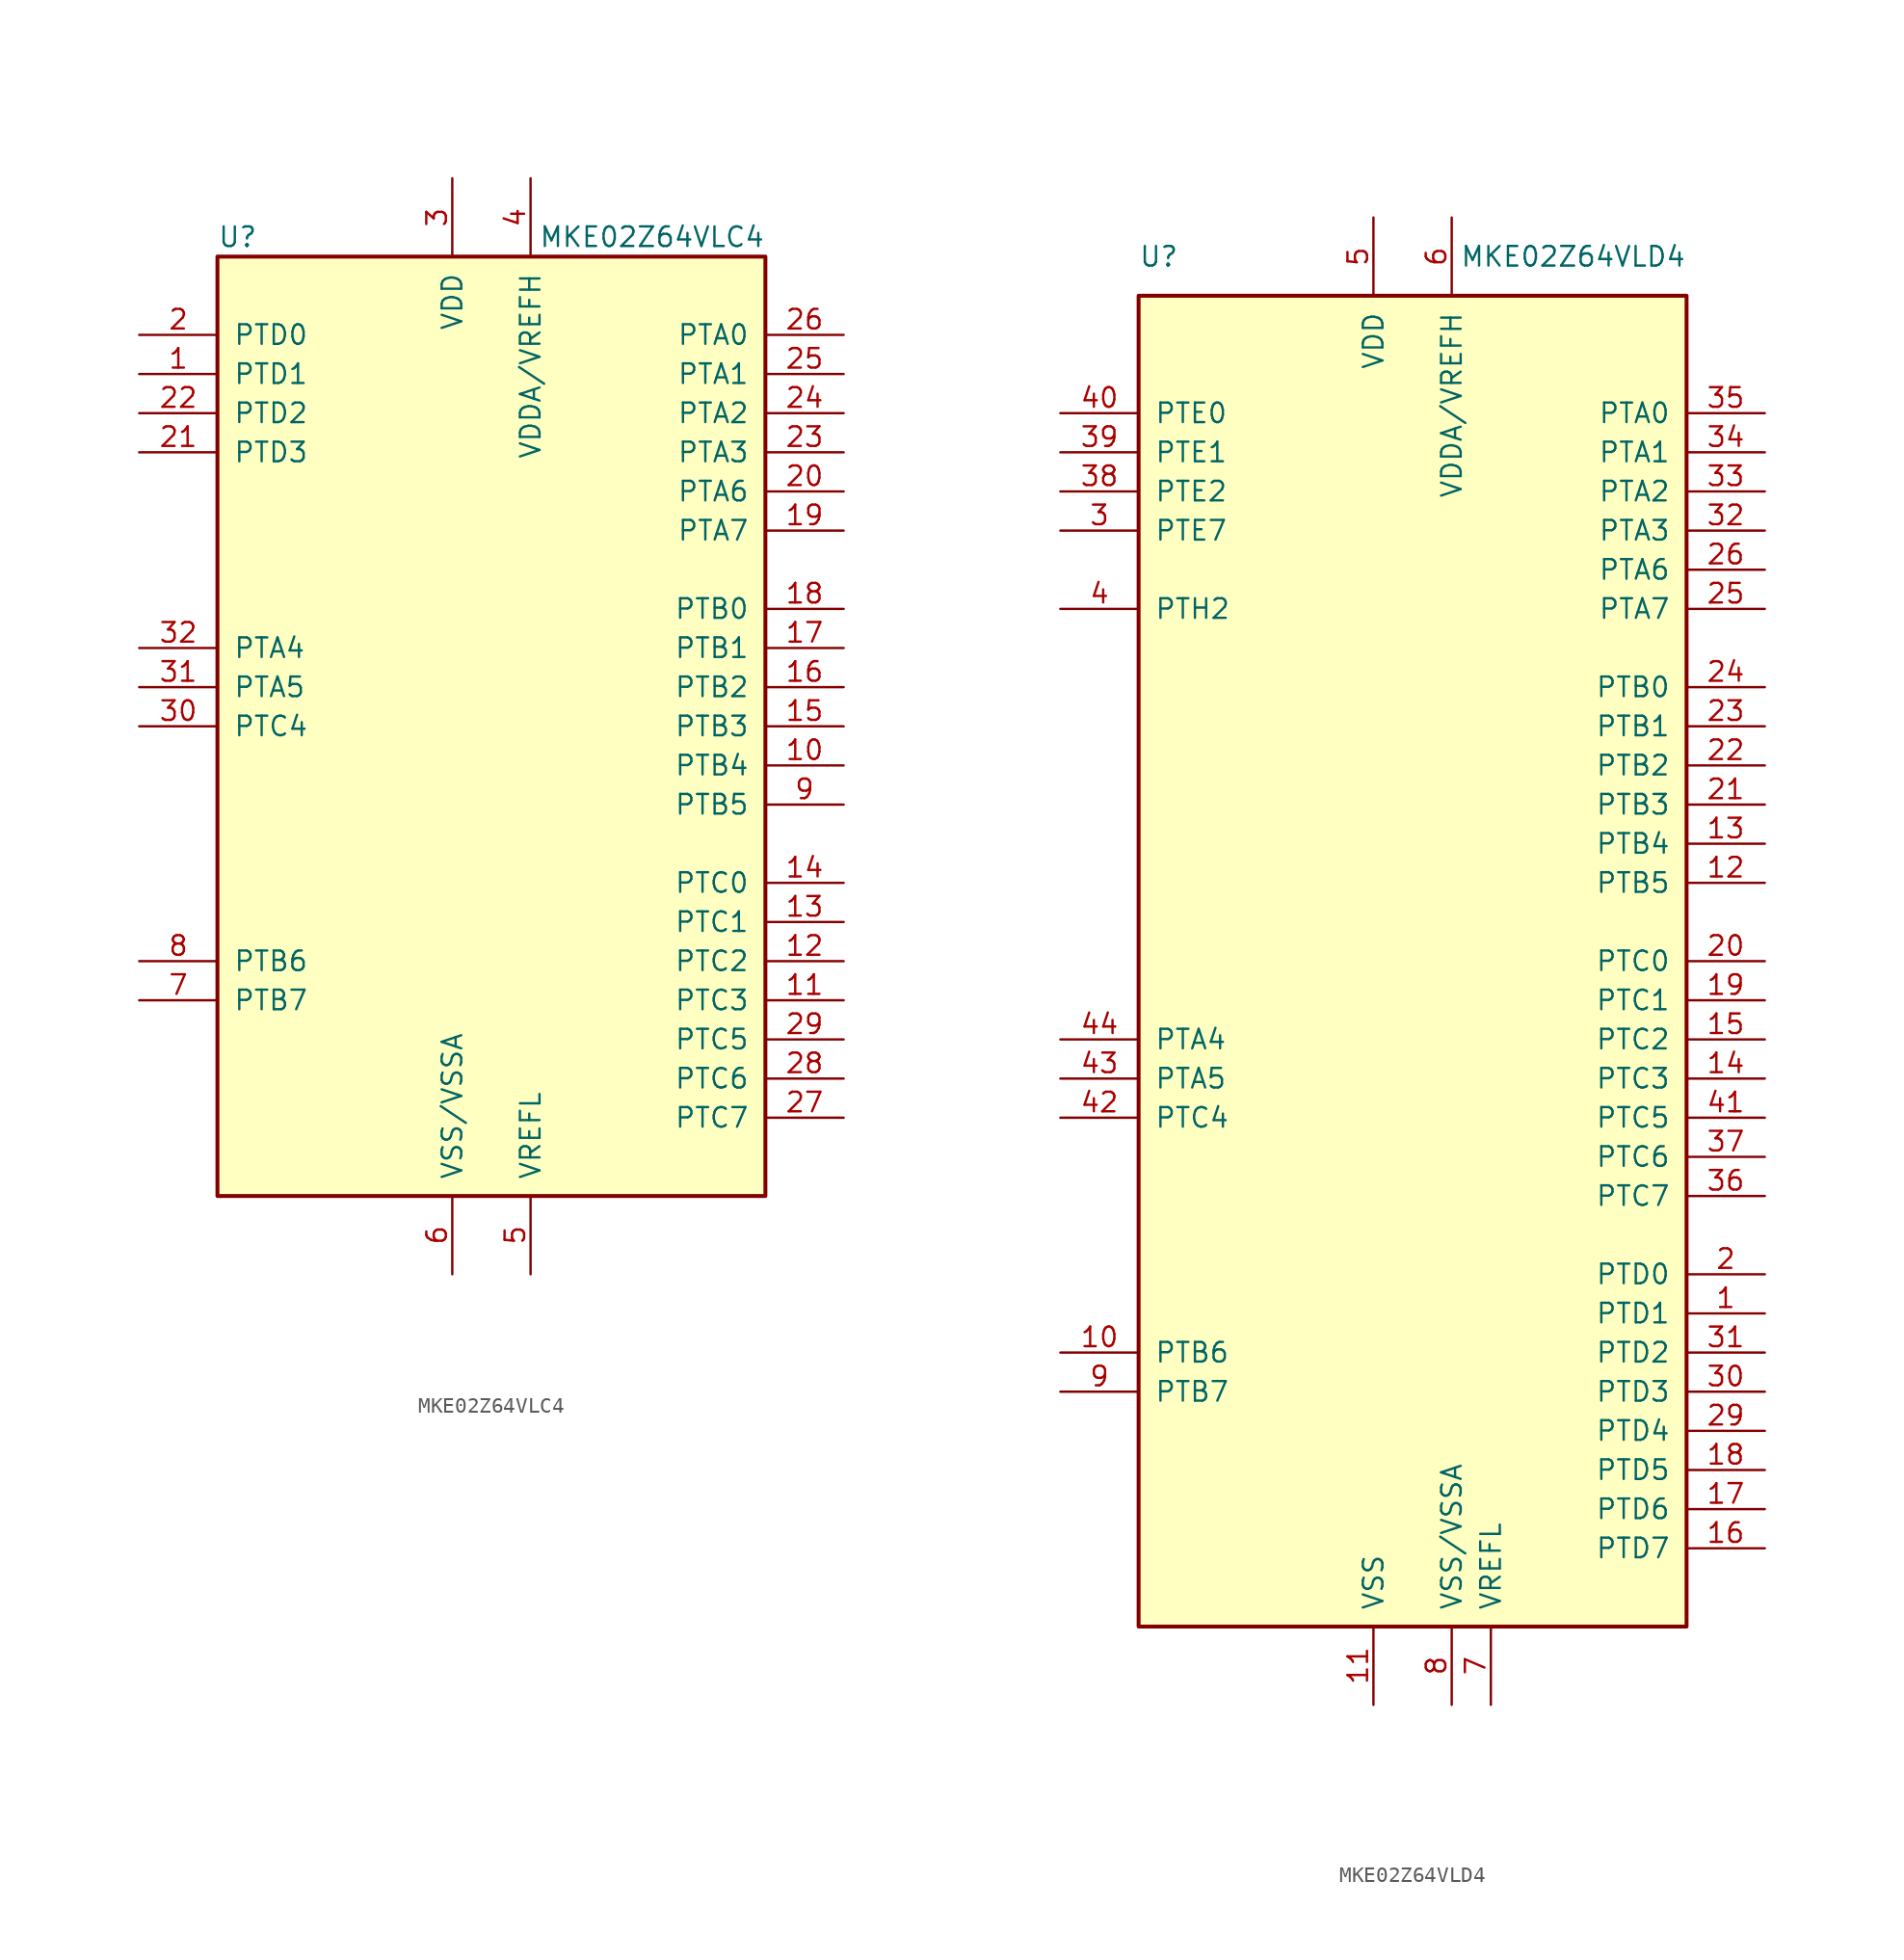
<source format=kicad_sym>
(kicad_symbol_lib
  (version 20241209)
  (generator "kicad_symbol_editor")
  (generator_version "9.0")
  (symbol "MKE02Z64VLC4"
    (pin_names
      (offset 1.016))
    (property "Reference" "U"
      (at -17.78 31.75 0)
      (effects (font (size 1.27 1.27)) (justify left)))
    (property "Value" "MKE02Z64VLC4"
      (at 17.78 31.75 0)
      (effects (font (size 1.27 1.27)) (justify right)))
    (symbol "MKE02Z64VLC4_0_1"
      (rectangle (start -17.78 30.48) (end 17.78 -30.48) (stroke (width 0.254) (type default)) (fill (type background))))
    (symbol "MKE02Z64VLC4_1_1"
      (pin bidirectional line (at -22.86 25.4 0) (length 5.08) (name "PTD0" (effects (font (size 1.27 1.27)))) (number "2" (effects (font (size 1.27 1.27)))))
      (pin bidirectional line (at -22.86 22.86 0) (length 5.08) (name "PTD1" (effects (font (size 1.27 1.27)))) (number "1" (effects (font (size 1.27 1.27)))))
      (pin bidirectional line (at -22.86 20.32 0) (length 5.08) (name "PTD2" (effects (font (size 1.27 1.27)))) (number "22" (effects (font (size 1.27 1.27)))))
      (pin bidirectional line (at -22.86 17.78 0) (length 5.08) (name "PTD3" (effects (font (size 1.27 1.27)))) (number "21" (effects (font (size 1.27 1.27)))))
      (pin bidirectional line (at -22.86 5.08 0) (length 5.08) (name "PTA4" (effects (font (size 1.27 1.27)))) (number "32" (effects (font (size 1.27 1.27)))))
      (pin bidirectional line (at -22.86 2.54 0) (length 5.08) (name "PTA5" (effects (font (size 1.27 1.27)))) (number "31" (effects (font (size 1.27 1.27)))))
      (pin bidirectional line (at -22.86 0 0) (length 5.08) (name "PTC4" (effects (font (size 1.27 1.27)))) (number "30" (effects (font (size 1.27 1.27)))))
      (pin bidirectional line (at -22.86 -15.24 0) (length 5.08) (name "PTB6" (effects (font (size 1.27 1.27)))) (number "8" (effects (font (size 1.27 1.27)))))
      (pin bidirectional line (at -22.86 -17.78 0) (length 5.08) (name "PTB7" (effects (font (size 1.27 1.27)))) (number "7" (effects (font (size 1.27 1.27)))))
      (pin power_in line (at -2.54 35.56 270) (length 5.08) (name "VDD" (effects (font (size 1.27 1.27)))) (number "3" (effects (font (size 1.27 1.27)))))
      (pin power_in line (at -2.54 -35.56 90) (length 5.08) (name "VSS/VSSA" (effects (font (size 1.27 1.27)))) (number "6" (effects (font (size 1.27 1.27)))))
      (pin power_in line (at 2.54 35.56 270) (length 5.08) (name "VDDA/VREFH" (effects (font (size 1.27 1.27)))) (number "4" (effects (font (size 1.27 1.27)))))
      (pin power_in line (at 2.54 -35.56 90) (length 5.08) (name "VREFL" (effects (font (size 1.27 1.27)))) (number "5" (effects (font (size 1.27 1.27)))))
      (pin bidirectional line (at 22.86 25.4 180) (length 5.08) (name "PTA0" (effects (font (size 1.27 1.27)))) (number "26" (effects (font (size 1.27 1.27)))))
      (pin bidirectional line (at 22.86 22.86 180) (length 5.08) (name "PTA1" (effects (font (size 1.27 1.27)))) (number "25" (effects (font (size 1.27 1.27)))))
      (pin bidirectional line (at 22.86 20.32 180) (length 5.08) (name "PTA2" (effects (font (size 1.27 1.27)))) (number "24" (effects (font (size 1.27 1.27)))))
      (pin bidirectional line (at 22.86 17.78 180) (length 5.08) (name "PTA3" (effects (font (size 1.27 1.27)))) (number "23" (effects (font (size 1.27 1.27)))))
      (pin bidirectional line (at 22.86 15.24 180) (length 5.08) (name "PTA6" (effects (font (size 1.27 1.27)))) (number "20" (effects (font (size 1.27 1.27)))))
      (pin bidirectional line (at 22.86 12.7 180) (length 5.08) (name "PTA7" (effects (font (size 1.27 1.27)))) (number "19" (effects (font (size 1.27 1.27)))))
      (pin bidirectional line (at 22.86 7.62 180) (length 5.08) (name "PTB0" (effects (font (size 1.27 1.27)))) (number "18" (effects (font (size 1.27 1.27)))))
      (pin bidirectional line (at 22.86 5.08 180) (length 5.08) (name "PTB1" (effects (font (size 1.27 1.27)))) (number "17" (effects (font (size 1.27 1.27)))))
      (pin bidirectional line (at 22.86 2.54 180) (length 5.08) (name "PTB2" (effects (font (size 1.27 1.27)))) (number "16" (effects (font (size 1.27 1.27)))))
      (pin bidirectional line (at 22.86 0 180) (length 5.08) (name "PTB3" (effects (font (size 1.27 1.27)))) (number "15" (effects (font (size 1.27 1.27)))))
      (pin bidirectional line (at 22.86 -2.54 180) (length 5.08) (name "PTB4" (effects (font (size 1.27 1.27)))) (number "10" (effects (font (size 1.27 1.27)))))
      (pin bidirectional line (at 22.86 -5.08 180) (length 5.08) (name "PTB5" (effects (font (size 1.27 1.27)))) (number "9" (effects (font (size 1.27 1.27)))))
      (pin bidirectional line (at 22.86 -10.16 180) (length 5.08) (name "PTC0" (effects (font (size 1.27 1.27)))) (number "14" (effects (font (size 1.27 1.27)))))
      (pin bidirectional line (at 22.86 -12.7 180) (length 5.08) (name "PTC1" (effects (font (size 1.27 1.27)))) (number "13" (effects (font (size 1.27 1.27)))))
      (pin bidirectional line (at 22.86 -15.24 180) (length 5.08) (name "PTC2" (effects (font (size 1.27 1.27)))) (number "12" (effects (font (size 1.27 1.27)))))
      (pin bidirectional line (at 22.86 -17.78 180) (length 5.08) (name "PTC3" (effects (font (size 1.27 1.27)))) (number "11" (effects (font (size 1.27 1.27)))))
      (pin bidirectional line (at 22.86 -20.32 180) (length 5.08) (name "PTC5" (effects (font (size 1.27 1.27)))) (number "29" (effects (font (size 1.27 1.27)))))
      (pin bidirectional line (at 22.86 -22.86 180) (length 5.08) (name "PTC6" (effects (font (size 1.27 1.27)))) (number "28" (effects (font (size 1.27 1.27)))))
      (pin bidirectional line (at 22.86 -25.4 180) (length 5.08) (name "PTC7" (effects (font (size 1.27 1.27)))) (number "27" (effects (font (size 1.27 1.27)))))))
  (symbol "MKE02Z64VLD4"
    (pin_names
      (offset 1.016))
    (property "Reference" "U"
      (at -17.78 45.72 0)
      (effects (font (size 1.27 1.27)) (justify left)))
    (property "Value" "MKE02Z64VLD4"
      (at 17.78 45.72 0)
      (effects (font (size 1.27 1.27)) (justify right)))
    (symbol "MKE02Z64VLD4_0_1"
      (rectangle (start -17.78 43.18) (end 17.78 -43.18) (stroke (width 0.254) (type default)) (fill (type background))))
    (symbol "MKE02Z64VLD4_1_1"
      (pin bidirectional line (at -22.86 35.56 0) (length 5.08) (name "PTE0" (effects (font (size 1.27 1.27)))) (number "40" (effects (font (size 1.27 1.27)))))
      (pin bidirectional line (at -22.86 33.02 0) (length 5.08) (name "PTE1" (effects (font (size 1.27 1.27)))) (number "39" (effects (font (size 1.27 1.27)))))
      (pin bidirectional line (at -22.86 30.48 0) (length 5.08) (name "PTE2" (effects (font (size 1.27 1.27)))) (number "38" (effects (font (size 1.27 1.27)))))
      (pin bidirectional line (at -22.86 27.94 0) (length 5.08) (name "PTE7" (effects (font (size 1.27 1.27)))) (number "3" (effects (font (size 1.27 1.27)))))
      (pin bidirectional line (at -22.86 22.86 0) (length 5.08) (name "PTH2" (effects (font (size 1.27 1.27)))) (number "4" (effects (font (size 1.27 1.27)))))
      (pin bidirectional line (at -22.86 -5.08 0) (length 5.08) (name "PTA4" (effects (font (size 1.27 1.27)))) (number "44" (effects (font (size 1.27 1.27)))))
      (pin bidirectional line (at -22.86 -7.62 0) (length 5.08) (name "PTA5" (effects (font (size 1.27 1.27)))) (number "43" (effects (font (size 1.27 1.27)))))
      (pin bidirectional line (at -22.86 -10.16 0) (length 5.08) (name "PTC4" (effects (font (size 1.27 1.27)))) (number "42" (effects (font (size 1.27 1.27)))))
      (pin bidirectional line (at -22.86 -25.4 0) (length 5.08) (name "PTB6" (effects (font (size 1.27 1.27)))) (number "10" (effects (font (size 1.27 1.27)))))
      (pin bidirectional line (at -22.86 -27.94 0) (length 5.08) (name "PTB7" (effects (font (size 1.27 1.27)))) (number "9" (effects (font (size 1.27 1.27)))))
      (pin passive line (at -2.54 48.26 270) (length 5.08) (hide yes) (name "VDD" (effects (font (size 1.27 1.27)))) (number "28" (effects (font (size 1.27 1.27)))))
      (pin power_in line (at -2.54 48.26 270) (length 5.08) (name "VDD" (effects (font (size 1.27 1.27)))) (number "5" (effects (font (size 1.27 1.27)))))
      (pin power_in line (at -2.54 -48.26 90) (length 5.08) (name "VSS" (effects (font (size 1.27 1.27)))) (number "11" (effects (font (size 1.27 1.27)))))
      (pin passive line (at -2.54 -48.26 90) (length 5.08) (hide yes) (name "VSS" (effects (font (size 1.27 1.27)))) (number "27" (effects (font (size 1.27 1.27)))))
      (pin power_in line (at 2.54 48.26 270) (length 5.08) (name "VDDA/VREFH" (effects (font (size 1.27 1.27)))) (number "6" (effects (font (size 1.27 1.27)))))
      (pin power_in line (at 2.54 -48.26 90) (length 5.08) (name "VSS/VSSA" (effects (font (size 1.27 1.27)))) (number "8" (effects (font (size 1.27 1.27)))))
      (pin power_in line (at 5.08 -48.26 90) (length 5.08) (name "VREFL" (effects (font (size 1.27 1.27)))) (number "7" (effects (font (size 1.27 1.27)))))
      (pin bidirectional line (at 22.86 35.56 180) (length 5.08) (name "PTA0" (effects (font (size 1.27 1.27)))) (number "35" (effects (font (size 1.27 1.27)))))
      (pin bidirectional line (at 22.86 33.02 180) (length 5.08) (name "PTA1" (effects (font (size 1.27 1.27)))) (number "34" (effects (font (size 1.27 1.27)))))
      (pin bidirectional line (at 22.86 30.48 180) (length 5.08) (name "PTA2" (effects (font (size 1.27 1.27)))) (number "33" (effects (font (size 1.27 1.27)))))
      (pin bidirectional line (at 22.86 27.94 180) (length 5.08) (name "PTA3" (effects (font (size 1.27 1.27)))) (number "32" (effects (font (size 1.27 1.27)))))
      (pin bidirectional line (at 22.86 25.4 180) (length 5.08) (name "PTA6" (effects (font (size 1.27 1.27)))) (number "26" (effects (font (size 1.27 1.27)))))
      (pin bidirectional line (at 22.86 22.86 180) (length 5.08) (name "PTA7" (effects (font (size 1.27 1.27)))) (number "25" (effects (font (size 1.27 1.27)))))
      (pin bidirectional line (at 22.86 17.78 180) (length 5.08) (name "PTB0" (effects (font (size 1.27 1.27)))) (number "24" (effects (font (size 1.27 1.27)))))
      (pin bidirectional line (at 22.86 15.24 180) (length 5.08) (name "PTB1" (effects (font (size 1.27 1.27)))) (number "23" (effects (font (size 1.27 1.27)))))
      (pin bidirectional line (at 22.86 12.7 180) (length 5.08) (name "PTB2" (effects (font (size 1.27 1.27)))) (number "22" (effects (font (size 1.27 1.27)))))
      (pin bidirectional line (at 22.86 10.16 180) (length 5.08) (name "PTB3" (effects (font (size 1.27 1.27)))) (number "21" (effects (font (size 1.27 1.27)))))
      (pin bidirectional line (at 22.86 7.62 180) (length 5.08) (name "PTB4" (effects (font (size 1.27 1.27)))) (number "13" (effects (font (size 1.27 1.27)))))
      (pin bidirectional line (at 22.86 5.08 180) (length 5.08) (name "PTB5" (effects (font (size 1.27 1.27)))) (number "12" (effects (font (size 1.27 1.27)))))
      (pin bidirectional line (at 22.86 0 180) (length 5.08) (name "PTC0" (effects (font (size 1.27 1.27)))) (number "20" (effects (font (size 1.27 1.27)))))
      (pin bidirectional line (at 22.86 -2.54 180) (length 5.08) (name "PTC1" (effects (font (size 1.27 1.27)))) (number "19" (effects (font (size 1.27 1.27)))))
      (pin bidirectional line (at 22.86 -5.08 180) (length 5.08) (name "PTC2" (effects (font (size 1.27 1.27)))) (number "15" (effects (font (size 1.27 1.27)))))
      (pin bidirectional line (at 22.86 -7.62 180) (length 5.08) (name "PTC3" (effects (font (size 1.27 1.27)))) (number "14" (effects (font (size 1.27 1.27)))))
      (pin bidirectional line (at 22.86 -10.16 180) (length 5.08) (name "PTC5" (effects (font (size 1.27 1.27)))) (number "41" (effects (font (size 1.27 1.27)))))
      (pin bidirectional line (at 22.86 -12.7 180) (length 5.08) (name "PTC6" (effects (font (size 1.27 1.27)))) (number "37" (effects (font (size 1.27 1.27)))))
      (pin bidirectional line (at 22.86 -15.24 180) (length 5.08) (name "PTC7" (effects (font (size 1.27 1.27)))) (number "36" (effects (font (size 1.27 1.27)))))
      (pin bidirectional line (at 22.86 -20.32 180) (length 5.08) (name "PTD0" (effects (font (size 1.27 1.27)))) (number "2" (effects (font (size 1.27 1.27)))))
      (pin bidirectional line (at 22.86 -22.86 180) (length 5.08) (name "PTD1" (effects (font (size 1.27 1.27)))) (number "1" (effects (font (size 1.27 1.27)))))
      (pin bidirectional line (at 22.86 -25.4 180) (length 5.08) (name "PTD2" (effects (font (size 1.27 1.27)))) (number "31" (effects (font (size 1.27 1.27)))))
      (pin bidirectional line (at 22.86 -27.94 180) (length 5.08) (name "PTD3" (effects (font (size 1.27 1.27)))) (number "30" (effects (font (size 1.27 1.27)))))
      (pin bidirectional line (at 22.86 -30.48 180) (length 5.08) (name "PTD4" (effects (font (size 1.27 1.27)))) (number "29" (effects (font (size 1.27 1.27)))))
      (pin bidirectional line (at 22.86 -33.02 180) (length 5.08) (name "PTD5" (effects (font (size 1.27 1.27)))) (number "18" (effects (font (size 1.27 1.27)))))
      (pin bidirectional line (at 22.86 -35.56 180) (length 5.08) (name "PTD6" (effects (font (size 1.27 1.27)))) (number "17" (effects (font (size 1.27 1.27)))))
      (pin bidirectional line (at 22.86 -38.1 180) (length 5.08) (name "PTD7" (effects (font (size 1.27 1.27)))) (number "16" (effects (font (size 1.27 1.27))))))))
</source>
